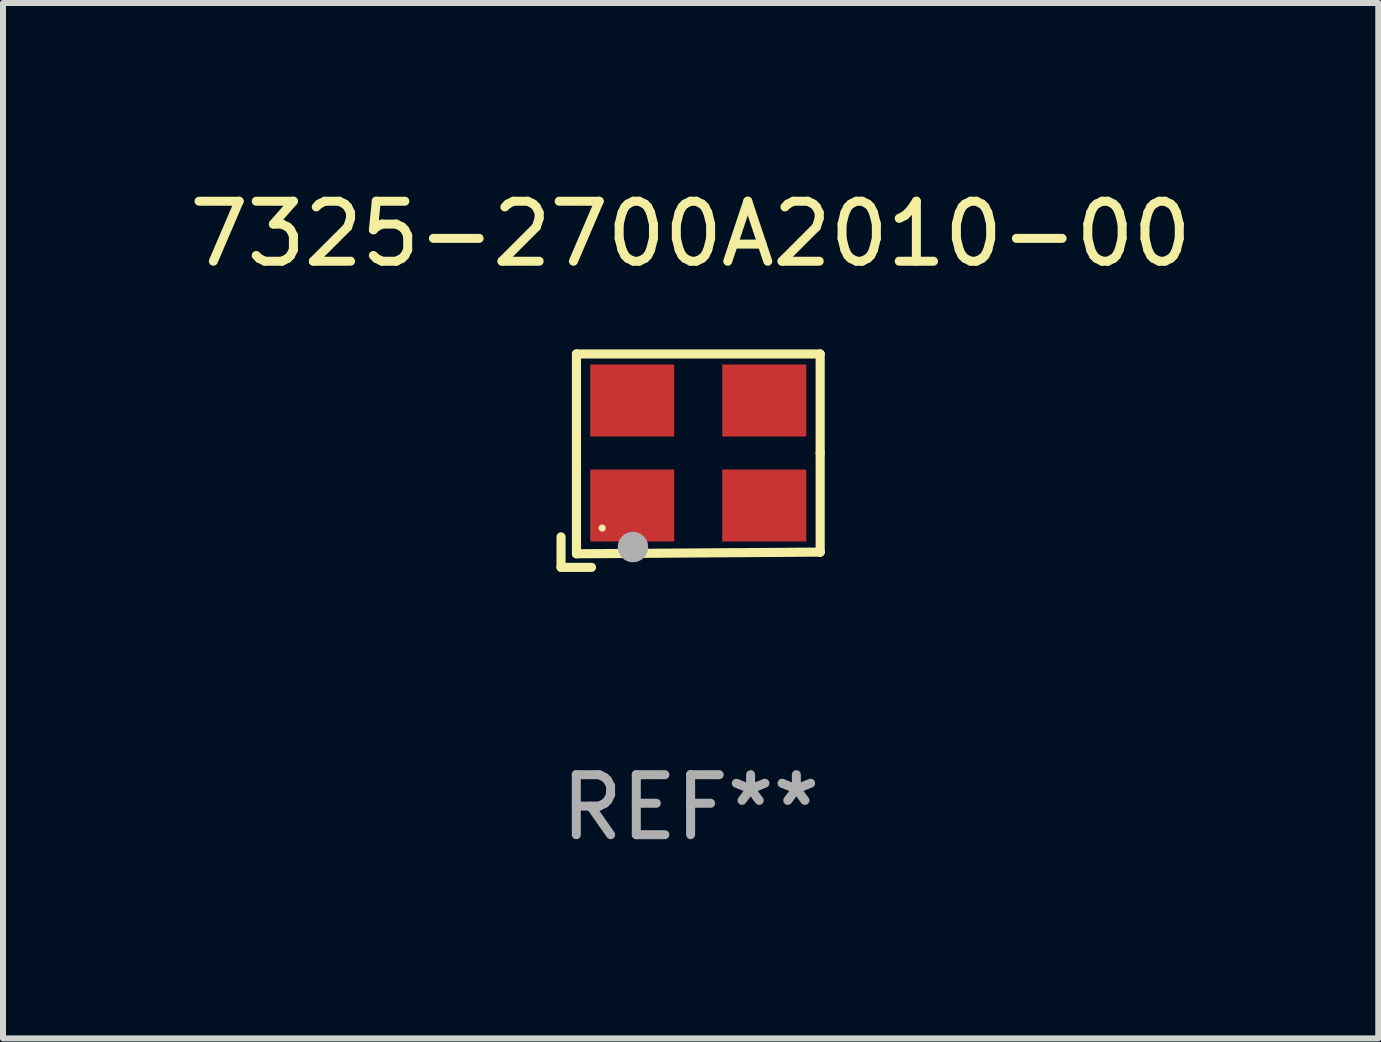
<source format=kicad_pcb>
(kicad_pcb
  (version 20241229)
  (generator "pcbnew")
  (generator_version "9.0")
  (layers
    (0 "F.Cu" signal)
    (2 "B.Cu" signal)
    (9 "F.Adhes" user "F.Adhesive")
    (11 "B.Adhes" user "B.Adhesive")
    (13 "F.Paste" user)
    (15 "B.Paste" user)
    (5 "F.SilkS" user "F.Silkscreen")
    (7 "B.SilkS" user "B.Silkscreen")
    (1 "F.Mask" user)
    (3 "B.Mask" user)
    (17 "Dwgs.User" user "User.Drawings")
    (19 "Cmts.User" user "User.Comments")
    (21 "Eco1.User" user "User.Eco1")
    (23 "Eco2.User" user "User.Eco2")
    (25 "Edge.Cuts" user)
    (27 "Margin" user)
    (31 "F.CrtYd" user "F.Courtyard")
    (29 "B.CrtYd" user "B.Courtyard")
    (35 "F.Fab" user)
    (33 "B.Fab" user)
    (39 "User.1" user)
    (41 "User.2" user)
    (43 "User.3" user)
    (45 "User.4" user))
  (footprint "7325-2700A2010-00"
    (layer "F.Cu")
    (at 8.458 4.626)
    (property "Reference" "7325-2700A2010-00" (at 0 -3.778 0) (layer "F.SilkS") (effects (font (size 1 1) (thickness 0.15))))
    (attr through_hole)
    (fp_line (start -2.159 1.27) (end -2.159 1.778) (stroke (width 0.152) (type solid)) (layer "F.SilkS"))
    (fp_line (start -2.159 1.778) (end -1.651 1.778) (stroke (width 0.152) (type solid)) (layer "F.SilkS"))
    (fp_line (start -1.902 -1.778) (end 2.159 -1.778) (stroke (width 0.152) (type solid)) (layer "F.SilkS"))
    (fp_line (start -1.902 1.552) (end -1.902 -1.778) (stroke (width 0.152) (type solid)) (layer "F.SilkS"))
    (fp_line (start 2.159 -1.778) (end 2.159 -0.127) (stroke (width 0.152) (type solid)) (layer "F.SilkS"))
    (fp_line (start 2.159 -0.127) (end 2.159 1.524) (stroke (width 0.152) (type solid)) (layer "F.SilkS"))
    (fp_line (start 2.159 1.524) (end -1.902 1.552) (stroke (width 0.152) (type solid)) (layer "F.SilkS"))
    (fp_line (start 2.159 1.524) (end 2.159 1.524) (stroke (width 0.152) (type solid)) (layer "F.SilkS"))
    (fp_circle (center -1.473 1.123) (end -1.443 1.123) (stroke (width 0.06) (type solid)) (fill no) (layer "F.SilkS"))
    (fp_circle (center -0.961 1.44) (end -0.834 1.44) (stroke (width 0.254) (type solid)) (fill no) (layer "F.Fab"))
    (fp_text user "REF**" (at 0 5.778 0) (layer "F.Fab") (effects (font (size 1 1) (thickness 0.15))))
    (pad "1" smd rect (at -0.973 0.748) (size 1.4 1.2) (layers "F.Cu" "F.Mask" "F.Paste"))
    (pad "2" smd rect (at 1.227 0.748) (size 1.4 1.2) (layers "F.Cu" "F.Mask" "F.Paste"))
    (pad "3" smd rect (at 1.227 -1.002) (size 1.4 1.2) (layers "F.Cu" "F.Mask" "F.Paste"))
    (pad "4" smd rect (at -0.973 -1.002) (size 1.4 1.2) (layers "F.Cu" "F.Mask" "F.Paste")))
  (gr_rect
    (start -3 -3)
    (end 19.917 14.253)
    (stroke (width 0.1) (type default))
    (fill no)
    (layer "Edge.Cuts")))
</source>
